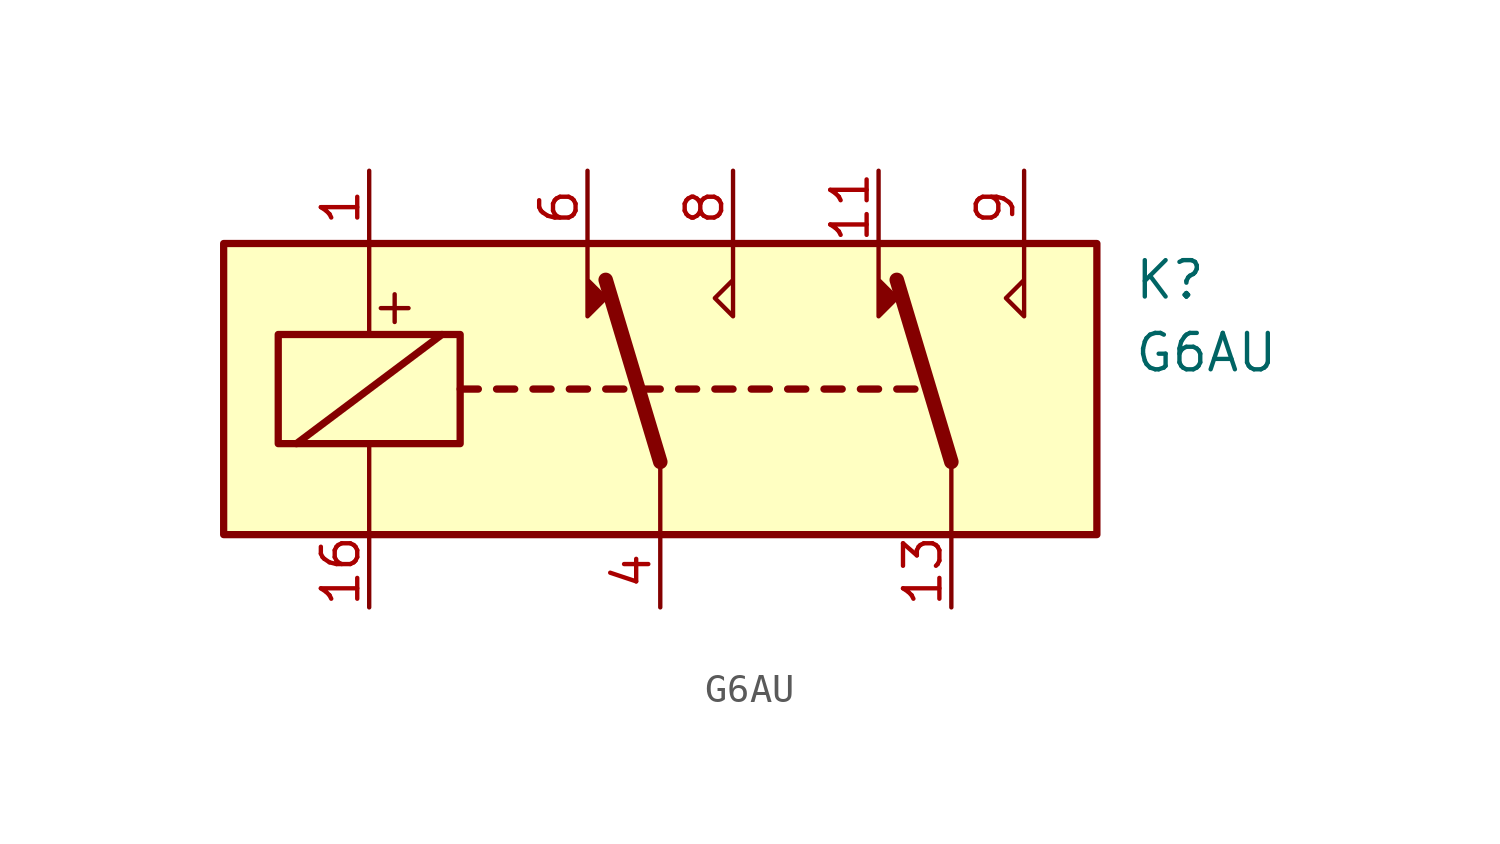
<source format=kicad_sym>
(kicad_symbol_lib
  (version 20211014)
  (generator kicad_symbol_editor)
  (symbol "G6AU"
    (property "Reference" "K"
      (at 16.51 3.81 0)
      (effects (font (size 1.27 1.27)) (justify left)))
    (property "Value" "G6AU"
      (at 16.51 1.27 0)
      (effects (font (size 1.27 1.27)) (justify left)))
    (symbol "G6AU_0_0"
      (text "+" (at -9.271 2.921 0) (effects (font (size 1.27 1.27)))))
    (symbol "G6AU_0_1"
      (rectangle (start -15.24 5.08) (end 15.24 -5.08) (stroke (width 0.254) (type default) (color 0 0 0 0)) (fill (type background)))
      (rectangle (start -13.335 1.905) (end -6.985 -1.905) (stroke (width 0.254) (type default) (color 0 0 0 0)) (fill (type none)))
      (polyline (pts (xy -12.7 -1.905) (xy -7.62 1.905)) (stroke (width 0.254) (type default) (color 0 0 0 0)) (fill (type none)))
      (polyline (pts (xy -10.16 -5.08) (xy -10.16 -1.905)) (stroke (width 0) (type default) (color 0 0 0 0)) (fill (type none)))
      (polyline (pts (xy -10.16 5.08) (xy -10.16 1.905)) (stroke (width 0) (type default) (color 0 0 0 0)) (fill (type none)))
      (polyline (pts (xy -6.985 0) (xy -6.35 0)) (stroke (width 0.254) (type default) (color 0 0 0 0)) (fill (type none)))
      (polyline (pts (xy -5.715 0) (xy -5.08 0)) (stroke (width 0.254) (type default) (color 0 0 0 0)) (fill (type none)))
      (polyline (pts (xy -4.445 0) (xy -3.81 0)) (stroke (width 0.254) (type default) (color 0 0 0 0)) (fill (type none)))
      (polyline (pts (xy -3.175 0) (xy -2.54 0)) (stroke (width 0.254) (type default) (color 0 0 0 0)) (fill (type none)))
      (polyline (pts (xy -1.905 0) (xy -1.27 0)) (stroke (width 0.254) (type default) (color 0 0 0 0)) (fill (type none)))
      (polyline (pts (xy -0.635 0) (xy 0 0)) (stroke (width 0.254) (type default) (color 0 0 0 0)) (fill (type none)))
      (polyline (pts (xy 0 -2.54) (xy -1.905 3.81)) (stroke (width 0.508) (type default) (color 0 0 0 0)) (fill (type none)))
      (polyline (pts (xy 0 -2.54) (xy 0 -5.08)) (stroke (width 0) (type default) (color 0 0 0 0)) (fill (type none)))
      (polyline (pts (xy 0.635 0) (xy 1.27 0)) (stroke (width 0.254) (type default) (color 0 0 0 0)) (fill (type none)))
      (polyline (pts (xy 1.905 0) (xy 2.54 0)) (stroke (width 0.254) (type default) (color 0 0 0 0)) (fill (type none)))
      (polyline (pts (xy 3.175 0) (xy 3.81 0)) (stroke (width 0.254) (type default) (color 0 0 0 0)) (fill (type none)))
      (polyline (pts (xy 4.445 0) (xy 5.08 0)) (stroke (width 0.254) (type default) (color 0 0 0 0)) (fill (type none)))
      (polyline (pts (xy 5.715 0) (xy 6.35 0)) (stroke (width 0.254) (type default) (color 0 0 0 0)) (fill (type none)))
      (polyline (pts (xy 6.985 0) (xy 7.62 0)) (stroke (width 0.254) (type default) (color 0 0 0 0)) (fill (type none)))
      (polyline (pts (xy 8.255 0) (xy 8.89 0)) (stroke (width 0.254) (type default) (color 0 0 0 0)) (fill (type none)))
      (polyline (pts (xy 10.16 -2.54) (xy 8.255 3.81)) (stroke (width 0.508) (type default) (color 0 0 0 0)) (fill (type none)))
      (polyline (pts (xy 10.16 -2.54) (xy 10.16 -5.08)) (stroke (width 0) (type default) (color 0 0 0 0)) (fill (type none)))
      (polyline (pts (xy -2.54 5.08) (xy -2.54 2.54) (xy -1.905 3.175) (xy -2.54 3.81)) (stroke (width 0) (type default) (color 0 0 0 0)) (fill (type outline)))
      (polyline (pts (xy 2.54 5.08) (xy 2.54 2.54) (xy 1.905 3.175) (xy 2.54 3.81)) (stroke (width 0) (type default) (color 0 0 0 0)) (fill (type none)))
      (polyline (pts (xy 7.62 5.08) (xy 7.62 2.54) (xy 8.255 3.175) (xy 7.62 3.81)) (stroke (width 0) (type default) (color 0 0 0 0)) (fill (type outline)))
      (polyline (pts (xy 12.7 5.08) (xy 12.7 2.54) (xy 12.065 3.175) (xy 12.7 3.81)) (stroke (width 0) (type default) (color 0 0 0 0)) (fill (type none))))
    (symbol "G6AU_1_1"
      (pin passive line (at -10.16 7.62 270) (length 2.54) (name "~" (effects (font (size 1.27 1.27)))) (number "1" (effects (font (size 1.27 1.27)))))
      (pin passive line (at 7.62 7.62 270) (length 2.54) (name "~" (effects (font (size 1.27 1.27)))) (number "11" (effects (font (size 1.27 1.27)))))
      (pin passive line (at 10.16 -7.62 90) (length 2.54) (name "~" (effects (font (size 1.27 1.27)))) (number "13" (effects (font (size 1.27 1.27)))))
      (pin passive line (at -10.16 -7.62 90) (length 2.54) (name "~" (effects (font (size 1.27 1.27)))) (number "16" (effects (font (size 1.27 1.27)))))
      (pin passive line (at 0 -7.62 90) (length 2.54) (name "~" (effects (font (size 1.27 1.27)))) (number "4" (effects (font (size 1.27 1.27)))))
      (pin passive line (at -2.54 7.62 270) (length 2.54) (name "~" (effects (font (size 1.27 1.27)))) (number "6" (effects (font (size 1.27 1.27)))))
      (pin passive line (at 2.54 7.62 270) (length 2.54) (name "~" (effects (font (size 1.27 1.27)))) (number "8" (effects (font (size 1.27 1.27)))))
      (pin passive line (at 12.7 7.62 270) (length 2.54) (name "~" (effects (font (size 1.27 1.27)))) (number "9" (effects (font (size 1.27 1.27))))))))
</source>
